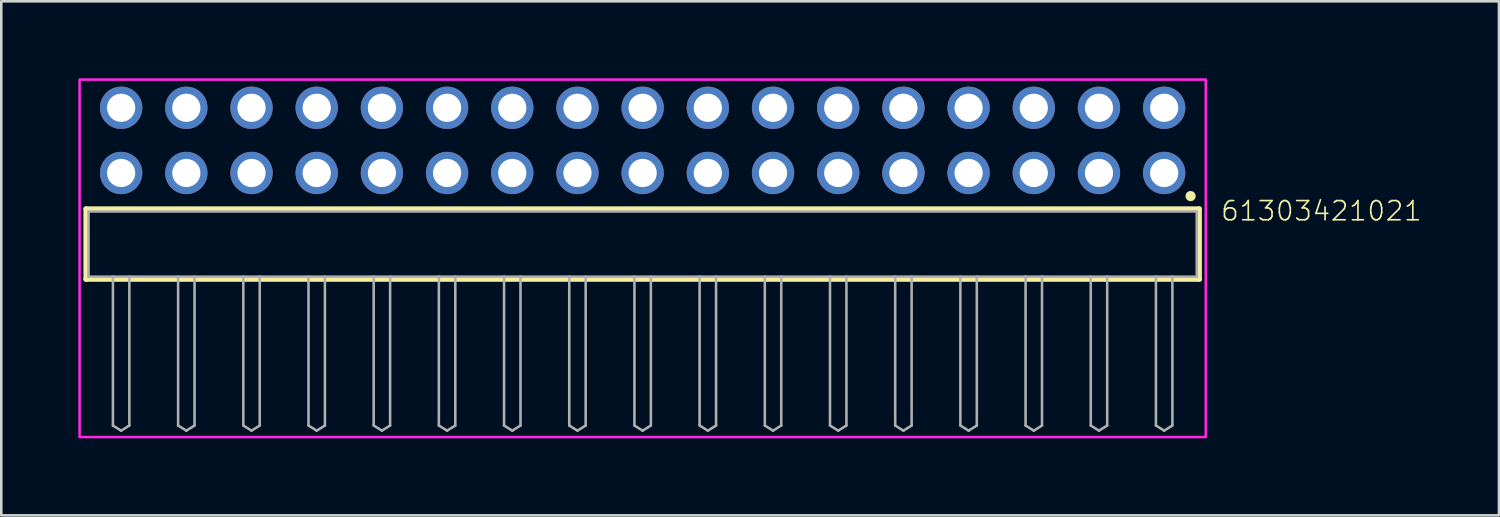
<source format=kicad_pcb>
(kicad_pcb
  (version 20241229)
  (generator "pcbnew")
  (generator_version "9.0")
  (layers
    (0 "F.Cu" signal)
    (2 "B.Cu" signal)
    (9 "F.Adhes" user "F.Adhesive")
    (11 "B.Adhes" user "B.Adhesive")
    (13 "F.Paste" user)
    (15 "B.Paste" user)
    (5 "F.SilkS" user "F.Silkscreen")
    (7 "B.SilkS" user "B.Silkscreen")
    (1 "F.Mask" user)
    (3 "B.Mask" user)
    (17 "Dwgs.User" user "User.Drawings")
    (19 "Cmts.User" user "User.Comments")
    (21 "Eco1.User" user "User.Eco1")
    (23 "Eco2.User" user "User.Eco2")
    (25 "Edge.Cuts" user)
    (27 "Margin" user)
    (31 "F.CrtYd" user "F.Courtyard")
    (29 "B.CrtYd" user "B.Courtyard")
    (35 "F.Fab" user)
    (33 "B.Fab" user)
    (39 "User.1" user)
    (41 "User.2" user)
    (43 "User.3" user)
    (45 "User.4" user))
  (footprint "61303421021"
    (layer "F.Cu")
    (at 21.99 6.46)
    (property "Reference" "61303421021" (at 22.485 -0.852 0) (unlocked yes) (layer "F.SilkS") (effects (font (size 0.748 0.748) (thickness 0.065)) (justify left bottom)))
    (fp_line (start -21.69 -1.37) (end 21.69 -1.37) (stroke (width 0.2) (type solid)) (layer "F.SilkS"))
    (fp_line (start -21.69 1.37) (end -21.69 -1.37) (stroke (width 0.2) (type solid)) (layer "F.SilkS"))
    (fp_line (start 21.69 -1.37) (end 21.69 1.37) (stroke (width 0.2) (type solid)) (layer "F.SilkS"))
    (fp_line (start 21.69 1.37) (end -21.69 1.37) (stroke (width 0.2) (type solid)) (layer "F.SilkS"))
    (fp_circle (center 21.35 -1.87) (end 21.45 -1.87) (stroke (width 0.2) (type solid)) (fill no) (layer "F.SilkS"))
    (fp_poly (pts (xy 21.94 7.52) (xy -21.94 7.52) (xy -21.94 -6.41) (xy 21.94 -6.41)) (stroke (width 0.1) (type default)) (fill no) (layer "F.CrtYd"))
    (fp_line (start -21.59 -1.27) (end 21.59 -1.27) (stroke (width 0.1) (type solid)) (layer "F.Fab"))
    (fp_line (start -21.59 1.27) (end -21.59 -1.27) (stroke (width 0.1) (type solid)) (layer "F.Fab"))
    (fp_line (start -20.64 1.27) (end -20.64 7.07) (stroke (width 0.1) (type solid)) (layer "F.Fab"))
    (fp_line (start -20.64 7.07) (end -20.32 7.27) (stroke (width 0.1) (type solid)) (layer "F.Fab"))
    (fp_line (start -20.32 7.27) (end -20 7.07) (stroke (width 0.1) (type solid)) (layer "F.Fab"))
    (fp_line (start -20 1.27) (end -20 7.07) (stroke (width 0.1) (type solid)) (layer "F.Fab"))
    (fp_line (start -18.1 1.27) (end -18.1 7.07) (stroke (width 0.1) (type solid)) (layer "F.Fab"))
    (fp_line (start -18.1 7.07) (end -17.78 7.27) (stroke (width 0.1) (type solid)) (layer "F.Fab"))
    (fp_line (start -17.78 7.27) (end -17.46 7.07) (stroke (width 0.1) (type solid)) (layer "F.Fab"))
    (fp_line (start -17.46 1.27) (end -17.46 7.07) (stroke (width 0.1) (type solid)) (layer "F.Fab"))
    (fp_line (start -15.56 1.27) (end -15.56 7.07) (stroke (width 0.1) (type solid)) (layer "F.Fab"))
    (fp_line (start -15.56 7.07) (end -15.24 7.27) (stroke (width 0.1) (type solid)) (layer "F.Fab"))
    (fp_line (start -15.24 7.27) (end -14.92 7.07) (stroke (width 0.1) (type solid)) (layer "F.Fab"))
    (fp_line (start -14.92 1.27) (end -14.92 7.07) (stroke (width 0.1) (type solid)) (layer "F.Fab"))
    (fp_line (start -13.02 1.27) (end -13.02 7.07) (stroke (width 0.1) (type solid)) (layer "F.Fab"))
    (fp_line (start -13.02 7.07) (end -12.7 7.27) (stroke (width 0.1) (type solid)) (layer "F.Fab"))
    (fp_line (start -12.7 7.27) (end -12.38 7.07) (stroke (width 0.1) (type solid)) (layer "F.Fab"))
    (fp_line (start -12.38 1.27) (end -12.38 7.07) (stroke (width 0.1) (type solid)) (layer "F.Fab"))
    (fp_line (start -10.48 1.27) (end -10.48 7.07) (stroke (width 0.1) (type solid)) (layer "F.Fab"))
    (fp_line (start -10.48 7.07) (end -10.16 7.27) (stroke (width 0.1) (type solid)) (layer "F.Fab"))
    (fp_line (start -10.16 7.27) (end -9.84 7.07) (stroke (width 0.1) (type solid)) (layer "F.Fab"))
    (fp_line (start -9.84 1.27) (end -9.84 7.07) (stroke (width 0.1) (type solid)) (layer "F.Fab"))
    (fp_line (start -7.94 1.27) (end -7.94 7.07) (stroke (width 0.1) (type solid)) (layer "F.Fab"))
    (fp_line (start -7.94 7.07) (end -7.62 7.27) (stroke (width 0.1) (type solid)) (layer "F.Fab"))
    (fp_line (start -7.62 7.27) (end -7.3 7.07) (stroke (width 0.1) (type solid)) (layer "F.Fab"))
    (fp_line (start -7.3 1.27) (end -7.3 7.07) (stroke (width 0.1) (type solid)) (layer "F.Fab"))
    (fp_line (start -5.4 1.27) (end -5.4 7.07) (stroke (width 0.1) (type solid)) (layer "F.Fab"))
    (fp_line (start -5.4 7.07) (end -5.08 7.27) (stroke (width 0.1) (type solid)) (layer "F.Fab"))
    (fp_line (start -5.08 7.27) (end -4.76 7.07) (stroke (width 0.1) (type solid)) (layer "F.Fab"))
    (fp_line (start -4.76 1.27) (end -4.76 7.07) (stroke (width 0.1) (type solid)) (layer "F.Fab"))
    (fp_line (start -2.86 1.27) (end -2.86 7.07) (stroke (width 0.1) (type solid)) (layer "F.Fab"))
    (fp_line (start -2.86 7.07) (end -2.54 7.27) (stroke (width 0.1) (type solid)) (layer "F.Fab"))
    (fp_line (start -2.54 7.27) (end -2.22 7.07) (stroke (width 0.1) (type solid)) (layer "F.Fab"))
    (fp_line (start -2.22 1.27) (end -2.22 7.07) (stroke (width 0.1) (type solid)) (layer "F.Fab"))
    (fp_line (start -0.32 1.27) (end -0.32 7.07) (stroke (width 0.1) (type solid)) (layer "F.Fab"))
    (fp_line (start -0.32 7.07) (end 0 7.27) (stroke (width 0.1) (type solid)) (layer "F.Fab"))
    (fp_line (start 0 7.27) (end 0.32 7.07) (stroke (width 0.1) (type solid)) (layer "F.Fab"))
    (fp_line (start 0.32 1.27) (end 0.32 7.07) (stroke (width 0.1) (type solid)) (layer "F.Fab"))
    (fp_line (start 2.22 1.27) (end 2.22 7.07) (stroke (width 0.1) (type solid)) (layer "F.Fab"))
    (fp_line (start 2.22 7.07) (end 2.54 7.27) (stroke (width 0.1) (type solid)) (layer "F.Fab"))
    (fp_line (start 2.54 7.27) (end 2.86 7.07) (stroke (width 0.1) (type solid)) (layer "F.Fab"))
    (fp_line (start 2.86 1.27) (end 2.86 7.07) (stroke (width 0.1) (type solid)) (layer "F.Fab"))
    (fp_line (start 4.76 1.27) (end 4.76 7.07) (stroke (width 0.1) (type solid)) (layer "F.Fab"))
    (fp_line (start 4.76 7.07) (end 5.08 7.27) (stroke (width 0.1) (type solid)) (layer "F.Fab"))
    (fp_line (start 5.08 7.27) (end 5.4 7.07) (stroke (width 0.1) (type solid)) (layer "F.Fab"))
    (fp_line (start 5.4 1.27) (end 5.4 7.07) (stroke (width 0.1) (type solid)) (layer "F.Fab"))
    (fp_line (start 7.3 1.27) (end 7.3 7.07) (stroke (width 0.1) (type solid)) (layer "F.Fab"))
    (fp_line (start 7.3 7.07) (end 7.62 7.27) (stroke (width 0.1) (type solid)) (layer "F.Fab"))
    (fp_line (start 7.62 7.27) (end 7.94 7.07) (stroke (width 0.1) (type solid)) (layer "F.Fab"))
    (fp_line (start 7.94 1.27) (end 7.94 7.07) (stroke (width 0.1) (type solid)) (layer "F.Fab"))
    (fp_line (start 9.84 1.27) (end 9.84 7.07) (stroke (width 0.1) (type solid)) (layer "F.Fab"))
    (fp_line (start 9.84 7.07) (end 10.16 7.27) (stroke (width 0.1) (type solid)) (layer "F.Fab"))
    (fp_line (start 10.16 7.27) (end 10.48 7.07) (stroke (width 0.1) (type solid)) (layer "F.Fab"))
    (fp_line (start 10.48 1.27) (end 10.48 7.07) (stroke (width 0.1) (type solid)) (layer "F.Fab"))
    (fp_line (start 12.38 1.27) (end 12.38 7.07) (stroke (width 0.1) (type solid)) (layer "F.Fab"))
    (fp_line (start 12.38 7.07) (end 12.7 7.27) (stroke (width 0.1) (type solid)) (layer "F.Fab"))
    (fp_line (start 12.7 7.27) (end 13.02 7.07) (stroke (width 0.1) (type solid)) (layer "F.Fab"))
    (fp_line (start 13.02 1.27) (end 13.02 7.07) (stroke (width 0.1) (type solid)) (layer "F.Fab"))
    (fp_line (start 14.92 1.27) (end -21.59 1.27) (stroke (width 0.1) (type solid)) (layer "F.Fab"))
    (fp_line (start 14.92 1.27) (end 14.92 7.07) (stroke (width 0.1) (type solid)) (layer "F.Fab"))
    (fp_line (start 14.92 7.07) (end 15.24 7.27) (stroke (width 0.1) (type solid)) (layer "F.Fab"))
    (fp_line (start 15.24 7.27) (end 15.56 7.07) (stroke (width 0.1) (type solid)) (layer "F.Fab"))
    (fp_line (start 15.56 1.27) (end 14.92 1.27) (stroke (width 0.1) (type solid)) (layer "F.Fab"))
    (fp_line (start 15.56 1.27) (end 15.56 7.07) (stroke (width 0.1) (type solid)) (layer "F.Fab"))
    (fp_line (start 17.46 1.27) (end 17.46 7.07) (stroke (width 0.1) (type solid)) (layer "F.Fab"))
    (fp_line (start 17.46 7.07) (end 17.78 7.27) (stroke (width 0.1) (type solid)) (layer "F.Fab"))
    (fp_line (start 17.78 7.27) (end 18.1 7.07) (stroke (width 0.1) (type solid)) (layer "F.Fab"))
    (fp_line (start 18.1 1.27) (end 18.1 7.07) (stroke (width 0.1) (type solid)) (layer "F.Fab"))
    (fp_line (start 20 1.27) (end 20 7.07) (stroke (width 0.1) (type solid)) (layer "F.Fab"))
    (fp_line (start 20 7.07) (end 20.32 7.27) (stroke (width 0.1) (type solid)) (layer "F.Fab"))
    (fp_line (start 20.32 7.27) (end 20.64 7.07) (stroke (width 0.1) (type solid)) (layer "F.Fab"))
    (fp_line (start 20.64 1.27) (end 20.64 7.07) (stroke (width 0.1) (type solid)) (layer "F.Fab"))
    (fp_line (start 21.59 -1.27) (end 21.59 1.27) (stroke (width 0.1) (type solid)) (layer "F.Fab"))
    (fp_line (start 21.59 1.27) (end 15.56 1.27) (stroke (width 0.1) (type solid)) (layer "F.Fab"))
    (pad "1" thru_hole circle (at 20.32 -2.77) (size 1.65 1.65) (drill 1.1) (layers "*.Cu" "*.Mask"))
    (pad "2" thru_hole circle (at 20.32 -5.31) (size 1.65 1.65) (drill 1.1) (layers "*.Cu" "*.Mask"))
    (pad "3" thru_hole circle (at 17.78 -2.77) (size 1.65 1.65) (drill 1.1) (layers "*.Cu" "*.Mask"))
    (pad "4" thru_hole circle (at 17.78 -5.31) (size 1.65 1.65) (drill 1.1) (layers "*.Cu" "*.Mask"))
    (pad "5" thru_hole circle (at 15.24 -2.77) (size 1.65 1.65) (drill 1.1) (layers "*.Cu" "*.Mask"))
    (pad "6" thru_hole circle (at 15.24 -5.31) (size 1.65 1.65) (drill 1.1) (layers "*.Cu" "*.Mask"))
    (pad "7" thru_hole circle (at 12.7 -2.77) (size 1.65 1.65) (drill 1.1) (layers "*.Cu" "*.Mask"))
    (pad "8" thru_hole circle (at 12.7 -5.31) (size 1.65 1.65) (drill 1.1) (layers "*.Cu" "*.Mask"))
    (pad "9" thru_hole circle (at 10.16 -2.77) (size 1.65 1.65) (drill 1.1) (layers "*.Cu" "*.Mask"))
    (pad "10" thru_hole circle (at 10.16 -5.31) (size 1.65 1.65) (drill 1.1) (layers "*.Cu" "*.Mask"))
    (pad "11" thru_hole circle (at 7.62 -2.77) (size 1.65 1.65) (drill 1.1) (layers "*.Cu" "*.Mask"))
    (pad "12" thru_hole circle (at 7.62 -5.31) (size 1.65 1.65) (drill 1.1) (layers "*.Cu" "*.Mask"))
    (pad "13" thru_hole circle (at 5.08 -2.77) (size 1.65 1.65) (drill 1.1) (layers "*.Cu" "*.Mask"))
    (pad "14" thru_hole circle (at 5.08 -5.31) (size 1.65 1.65) (drill 1.1) (layers "*.Cu" "*.Mask"))
    (pad "15" thru_hole circle (at 2.54 -2.77) (size 1.65 1.65) (drill 1.1) (layers "*.Cu" "*.Mask"))
    (pad "16" thru_hole circle (at 2.54 -5.31) (size 1.65 1.65) (drill 1.1) (layers "*.Cu" "*.Mask"))
    (pad "17" thru_hole circle (at 0 -2.77) (size 1.65 1.65) (drill 1.1) (layers "*.Cu" "*.Mask"))
    (pad "18" thru_hole circle (at 0 -5.31) (size 1.65 1.65) (drill 1.1) (layers "*.Cu" "*.Mask"))
    (pad "19" thru_hole circle (at -2.54 -2.77) (size 1.65 1.65) (drill 1.1) (layers "*.Cu" "*.Mask"))
    (pad "20" thru_hole circle (at -2.54 -5.31) (size 1.65 1.65) (drill 1.1) (layers "*.Cu" "*.Mask"))
    (pad "21" thru_hole circle (at -5.08 -2.77) (size 1.65 1.65) (drill 1.1) (layers "*.Cu" "*.Mask"))
    (pad "22" thru_hole circle (at -5.08 -5.31) (size 1.65 1.65) (drill 1.1) (layers "*.Cu" "*.Mask"))
    (pad "23" thru_hole circle (at -7.62 -2.77) (size 1.65 1.65) (drill 1.1) (layers "*.Cu" "*.Mask"))
    (pad "24" thru_hole circle (at -7.62 -5.31) (size 1.65 1.65) (drill 1.1) (layers "*.Cu" "*.Mask"))
    (pad "25" thru_hole circle (at -10.16 -2.77) (size 1.65 1.65) (drill 1.1) (layers "*.Cu" "*.Mask"))
    (pad "26" thru_hole circle (at -10.16 -5.31) (size 1.65 1.65) (drill 1.1) (layers "*.Cu" "*.Mask"))
    (pad "27" thru_hole circle (at -12.7 -2.77) (size 1.65 1.65) (drill 1.1) (layers "*.Cu" "*.Mask"))
    (pad "28" thru_hole circle (at -12.7 -5.31) (size 1.65 1.65) (drill 1.1) (layers "*.Cu" "*.Mask"))
    (pad "29" thru_hole circle (at -15.24 -2.77) (size 1.65 1.65) (drill 1.1) (layers "*.Cu" "*.Mask"))
    (pad "30" thru_hole circle (at -15.24 -5.31) (size 1.65 1.65) (drill 1.1) (layers "*.Cu" "*.Mask"))
    (pad "31" thru_hole circle (at -17.78 -2.77) (size 1.65 1.65) (drill 1.1) (layers "*.Cu" "*.Mask"))
    (pad "32" thru_hole circle (at -17.78 -5.31) (size 1.65 1.65) (drill 1.1) (layers "*.Cu" "*.Mask"))
    (pad "33" thru_hole circle (at -20.32 -2.77) (size 1.65 1.65) (drill 1.1) (layers "*.Cu" "*.Mask"))
    (pad "34" thru_hole circle (at -20.32 -5.31) (size 1.65 1.65) (drill 1.1) (layers "*.Cu" "*.Mask")))
  (gr_rect
    (start -3 -3)
    (end 55.354 17.03)
    (stroke (width 0.1) (type default))
    (fill no)
    (layer "Edge.Cuts")))
</source>
